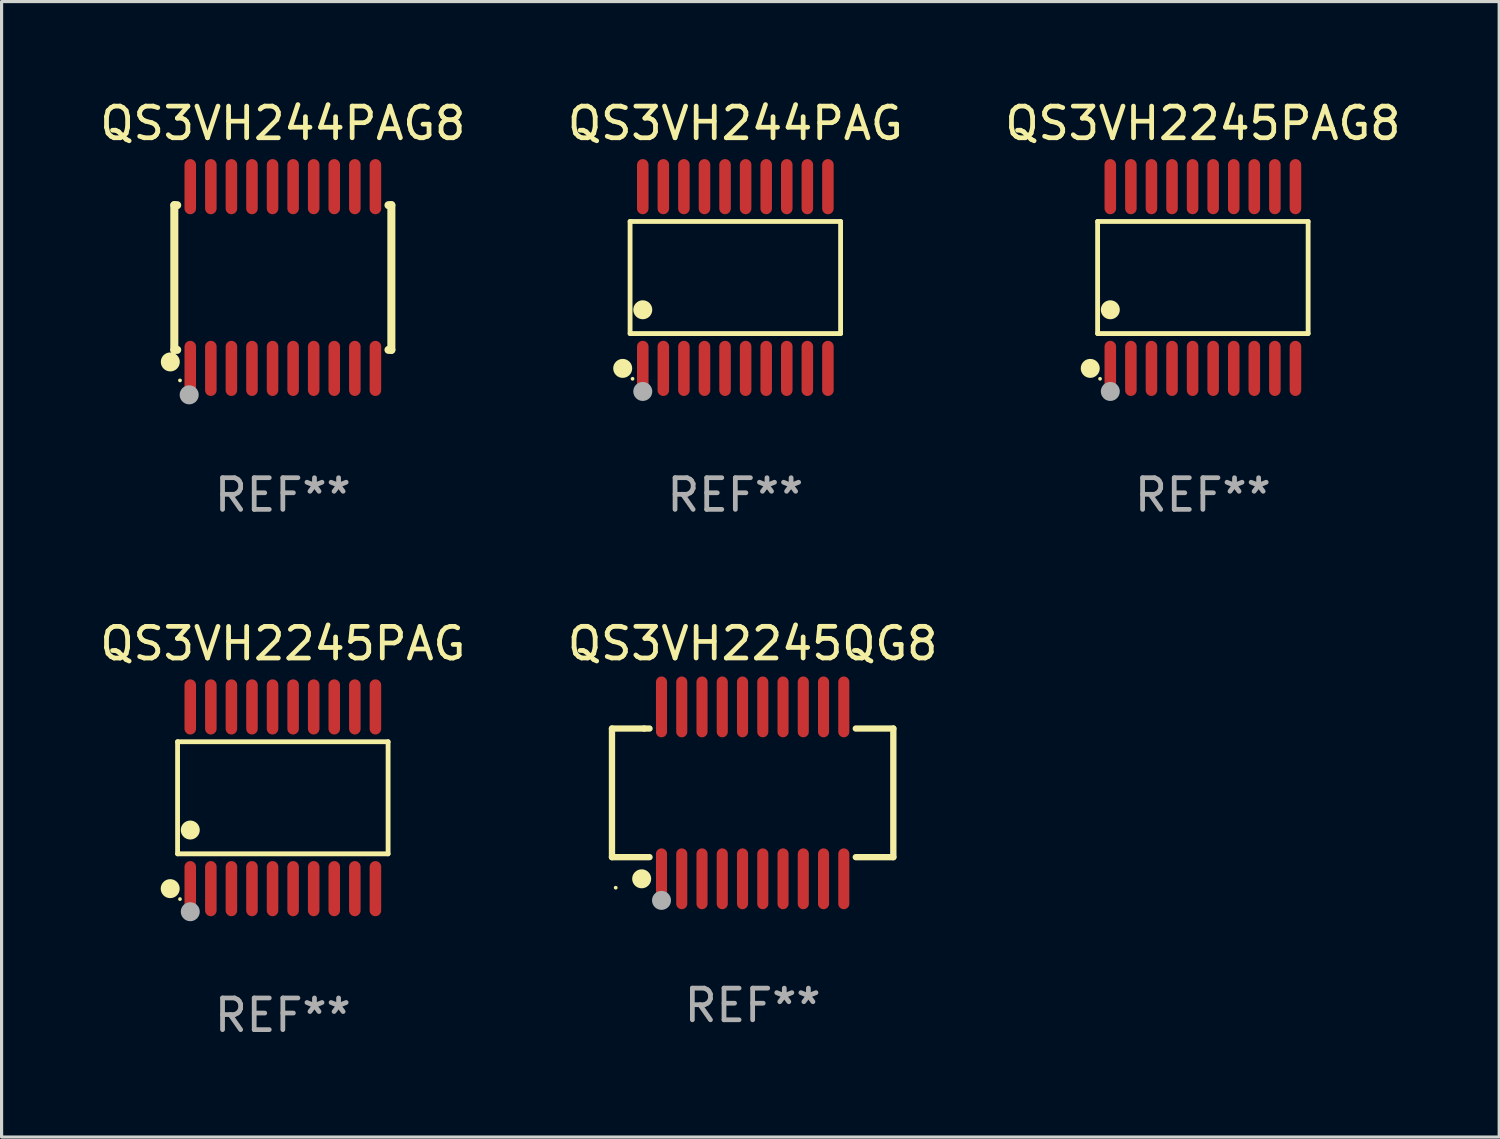
<source format=kicad_pcb>
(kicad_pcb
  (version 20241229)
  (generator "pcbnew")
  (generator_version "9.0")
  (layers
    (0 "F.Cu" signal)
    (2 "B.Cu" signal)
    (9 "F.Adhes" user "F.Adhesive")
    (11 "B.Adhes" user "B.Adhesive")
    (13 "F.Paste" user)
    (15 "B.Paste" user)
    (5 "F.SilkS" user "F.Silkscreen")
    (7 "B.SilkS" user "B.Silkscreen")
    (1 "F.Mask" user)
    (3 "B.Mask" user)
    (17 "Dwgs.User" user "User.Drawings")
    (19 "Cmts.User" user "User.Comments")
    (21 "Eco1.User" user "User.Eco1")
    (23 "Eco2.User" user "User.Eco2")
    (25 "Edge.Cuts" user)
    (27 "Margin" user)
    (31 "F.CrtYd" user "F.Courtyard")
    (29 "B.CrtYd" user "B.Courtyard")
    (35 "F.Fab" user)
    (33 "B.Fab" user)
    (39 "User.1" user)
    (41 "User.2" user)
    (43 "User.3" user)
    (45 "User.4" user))
  (footprint "QS3VH2245QG8"
    (layer "F.Cu")
    (at 20.732 22.002)
    (property "Reference" "QS3VH2245QG8" (at 0 -4.716 0) (layer "F.SilkS") (effects (font (size 1 1) (thickness 0.15))))
    (attr through_hole)
    (fp_line (start -4.445 -2.032) (end -4.445 2.032) (stroke (width 0.2) (type solid)) (layer "F.SilkS"))
    (fp_line (start -4.445 2.032) (end -3.259 2.032) (stroke (width 0.2) (type solid)) (layer "F.SilkS"))
    (fp_line (start -3.429 -2.032) (end -4.445 -2.032) (stroke (width 0.2) (type solid)) (layer "F.SilkS"))
    (fp_line (start -3.259 -2.032) (end -3.429 -2.032) (stroke (width 0.2) (type solid)) (layer "F.SilkS"))
    (fp_line (start 3.259 2.032) (end 4.445 2.032) (stroke (width 0.2) (type solid)) (layer "F.SilkS"))
    (fp_line (start 4.445 -2.032) (end 3.259 -2.032) (stroke (width 0.2) (type solid)) (layer "F.SilkS"))
    (fp_line (start 4.445 2.032) (end 4.445 -2.032) (stroke (width 0.2) (type solid)) (layer "F.SilkS"))
    (fp_circle (center -4.327 2.997) (end -4.297 2.997) (stroke (width 0.06) (type solid)) (fill no) (layer "F.SilkS"))
    (fp_circle (center -3.507 2.716) (end -3.357 2.716) (stroke (width 0.3) (type solid)) (fill no) (layer "F.SilkS"))
    (fp_circle (center -2.88 3.398) (end -2.73 3.398) (stroke (width 0.3) (type solid)) (fill no) (layer "F.Fab"))
    (fp_text user "REF**" (at 0 6.716 0) (layer "F.Fab") (effects (font (size 1 1) (thickness 0.15))))
    (pad "1" smd oval (at -2.88 2.716) (size 0.35 1.922) (layers "F.Cu" "F.Mask" "F.Paste"))
    (pad "2" smd oval (at -2.24 2.716) (size 0.35 1.922) (layers "F.Cu" "F.Mask" "F.Paste"))
    (pad "3" smd oval (at -1.6 2.716) (size 0.35 1.922) (layers "F.Cu" "F.Mask" "F.Paste"))
    (pad "4" smd oval (at -0.96 2.716) (size 0.35 1.922) (layers "F.Cu" "F.Mask" "F.Paste"))
    (pad "5" smd oval (at -0.32 2.716) (size 0.35 1.922) (layers "F.Cu" "F.Mask" "F.Paste"))
    (pad "6" smd oval (at 0.32 2.716) (size 0.35 1.922) (layers "F.Cu" "F.Mask" "F.Paste"))
    (pad "7" smd oval (at 0.96 2.716) (size 0.35 1.922) (layers "F.Cu" "F.Mask" "F.Paste"))
    (pad "8" smd oval (at 1.6 2.716) (size 0.35 1.922) (layers "F.Cu" "F.Mask" "F.Paste"))
    (pad "9" smd oval (at 2.24 2.716) (size 0.35 1.922) (layers "F.Cu" "F.Mask" "F.Paste"))
    (pad "10" smd oval (at 2.88 2.716) (size 0.35 1.922) (layers "F.Cu" "F.Mask" "F.Paste"))
    (pad "11" smd oval (at 2.88 -2.716) (size 0.35 1.922) (layers "F.Cu" "F.Mask" "F.Paste"))
    (pad "12" smd oval (at 2.24 -2.716) (size 0.35 1.922) (layers "F.Cu" "F.Mask" "F.Paste"))
    (pad "13" smd oval (at 1.6 -2.716) (size 0.35 1.922) (layers "F.Cu" "F.Mask" "F.Paste"))
    (pad "14" smd oval (at 0.96 -2.716) (size 0.35 1.922) (layers "F.Cu" "F.Mask" "F.Paste"))
    (pad "15" smd oval (at 0.32 -2.716) (size 0.35 1.922) (layers "F.Cu" "F.Mask" "F.Paste"))
    (pad "16" smd oval (at -0.32 -2.716) (size 0.35 1.922) (layers "F.Cu" "F.Mask" "F.Paste"))
    (pad "17" smd oval (at -0.96 -2.716) (size 0.35 1.922) (layers "F.Cu" "F.Mask" "F.Paste"))
    (pad "18" smd oval (at -1.6 -2.716) (size 0.35 1.922) (layers "F.Cu" "F.Mask" "F.Paste"))
    (pad "19" smd oval (at -2.24 -2.716) (size 0.35 1.922) (layers "F.Cu" "F.Mask" "F.Paste"))
    (pad "20" smd oval (at -2.88 -2.716) (size 0.35 1.922) (layers "F.Cu" "F.Mask" "F.Paste")))
  (footprint "QS3VH244PAG8"
    (layer "F.Cu")
    (at 5.887 5.719)
    (property "Reference" "QS3VH244PAG8" (at 0 -4.871 0) (layer "F.SilkS") (effects (font (size 1 1) (thickness 0.15))))
    (attr through_hole)
    (fp_line (start -3.429 -2.286) (end -3.429 2.286) (stroke (width 0.254) (type solid)) (layer "F.SilkS"))
    (fp_line (start -3.429 2.286) (end -3.338 2.286) (stroke (width 0.254) (type solid)) (layer "F.SilkS"))
    (fp_line (start -3.338 -2.286) (end -3.429 -2.286) (stroke (width 0.254) (type solid)) (layer "F.SilkS"))
    (fp_line (start 3.338 -2.286) (end 3.429 -2.286) (stroke (width 0.254) (type solid)) (layer "F.SilkS"))
    (fp_line (start 3.429 -2.286) (end 3.429 2.286) (stroke (width 0.254) (type solid)) (layer "F.SilkS"))
    (fp_line (start 3.429 2.286) (end 3.338 2.286) (stroke (width 0.254) (type solid)) (layer "F.SilkS"))
    (fp_circle (center -3.556 2.667) (end -3.406 2.667) (stroke (width 0.3) (type solid)) (fill no) (layer "F.SilkS"))
    (fp_circle (center -3.25 3.25) (end -3.22 3.25) (stroke (width 0.06) (type solid)) (fill no) (layer "F.SilkS"))
    (fp_circle (center -2.959 3.707) (end -2.808 3.707) (stroke (width 0.3) (type solid)) (fill no) (layer "F.Fab"))
    (fp_text user "REF**" (at 0 6.871 0) (layer "F.Fab") (effects (font (size 1 1) (thickness 0.15))))
    (pad "1" smd oval (at -2.925 2.871) (size 0.364 1.742) (layers "F.Cu" "F.Mask" "F.Paste"))
    (pad "2" smd oval (at -2.275 2.871) (size 0.364 1.742) (layers "F.Cu" "F.Mask" "F.Paste"))
    (pad "3" smd oval (at -1.625 2.871) (size 0.364 1.742) (layers "F.Cu" "F.Mask" "F.Paste"))
    (pad "4" smd oval (at -0.975 2.871) (size 0.364 1.742) (layers "F.Cu" "F.Mask" "F.Paste"))
    (pad "5" smd oval (at -0.325 2.871) (size 0.364 1.742) (layers "F.Cu" "F.Mask" "F.Paste"))
    (pad "6" smd oval (at 0.325 2.871) (size 0.364 1.742) (layers "F.Cu" "F.Mask" "F.Paste"))
    (pad "7" smd oval (at 0.975 2.871) (size 0.364 1.742) (layers "F.Cu" "F.Mask" "F.Paste"))
    (pad "8" smd oval (at 1.625 2.871) (size 0.364 1.742) (layers "F.Cu" "F.Mask" "F.Paste"))
    (pad "9" smd oval (at 2.275 2.871) (size 0.364 1.742) (layers "F.Cu" "F.Mask" "F.Paste"))
    (pad "10" smd oval (at 2.925 2.871) (size 0.364 1.742) (layers "F.Cu" "F.Mask" "F.Paste"))
    (pad "11" smd oval (at 2.925 -2.871) (size 0.364 1.742) (layers "F.Cu" "F.Mask" "F.Paste"))
    (pad "12" smd oval (at 2.275 -2.871) (size 0.364 1.742) (layers "F.Cu" "F.Mask" "F.Paste"))
    (pad "13" smd oval (at 1.625 -2.871) (size 0.364 1.742) (layers "F.Cu" "F.Mask" "F.Paste"))
    (pad "14" smd oval (at 0.975 -2.871) (size 0.364 1.742) (layers "F.Cu" "F.Mask" "F.Paste"))
    (pad "15" smd oval (at 0.325 -2.871) (size 0.364 1.742) (layers "F.Cu" "F.Mask" "F.Paste"))
    (pad "16" smd oval (at -0.325 -2.871) (size 0.364 1.742) (layers "F.Cu" "F.Mask" "F.Paste"))
    (pad "17" smd oval (at -0.975 -2.871) (size 0.364 1.742) (layers "F.Cu" "F.Mask" "F.Paste"))
    (pad "18" smd oval (at -1.625 -2.871) (size 0.364 1.742) (layers "F.Cu" "F.Mask" "F.Paste"))
    (pad "19" smd oval (at -2.275 -2.871) (size 0.364 1.742) (layers "F.Cu" "F.Mask" "F.Paste"))
    (pad "20" smd oval (at -2.925 -2.871) (size 0.364 1.742) (layers "F.Cu" "F.Mask" "F.Paste")))
  (footprint "QS3VH244PAG"
    (layer "F.Cu")
    (at 20.185 5.719)
    (property "Reference" "QS3VH244PAG" (at 0 -4.871 0) (layer "F.SilkS") (effects (font (size 1 1) (thickness 0.15))))
    (attr through_hole)
    (fp_line (start -3.326 -1.771) (end 3.326 -1.771) (stroke (width 0.152) (type solid)) (layer "F.SilkS"))
    (fp_line (start -3.326 1.771) (end -3.326 -1.771) (stroke (width 0.152) (type solid)) (layer "F.SilkS"))
    (fp_line (start 3.326 -1.771) (end 3.326 1.771) (stroke (width 0.152) (type solid)) (layer "F.SilkS"))
    (fp_line (start 3.326 1.771) (end -3.326 1.771) (stroke (width 0.152) (type solid)) (layer "F.SilkS"))
    (fp_circle (center -3.559 2.871) (end -3.409 2.871) (stroke (width 0.3) (type solid)) (fill no) (layer "F.SilkS"))
    (fp_circle (center -3.25 3.2) (end -3.22 3.2) (stroke (width 0.06) (type solid)) (fill no) (layer "F.SilkS"))
    (fp_circle (center -2.925 1.019) (end -2.775 1.019) (stroke (width 0.3) (type solid)) (fill no) (layer "F.SilkS"))
    (fp_circle (center -2.925 3.6) (end -2.775 3.6) (stroke (width 0.3) (type solid)) (fill no) (layer "F.Fab"))
    (fp_text user "REF**" (at 0 6.871 0) (layer "F.Fab") (effects (font (size 1 1) (thickness 0.15))))
    (pad "1" smd oval (at -2.925 2.871) (size 0.364 1.742) (layers "F.Cu" "F.Mask" "F.Paste"))
    (pad "2" smd oval (at -2.275 2.871) (size 0.364 1.742) (layers "F.Cu" "F.Mask" "F.Paste"))
    (pad "3" smd oval (at -1.625 2.871) (size 0.364 1.742) (layers "F.Cu" "F.Mask" "F.Paste"))
    (pad "4" smd oval (at -0.975 2.871) (size 0.364 1.742) (layers "F.Cu" "F.Mask" "F.Paste"))
    (pad "5" smd oval (at -0.325 2.871) (size 0.364 1.742) (layers "F.Cu" "F.Mask" "F.Paste"))
    (pad "6" smd oval (at 0.325 2.871) (size 0.364 1.742) (layers "F.Cu" "F.Mask" "F.Paste"))
    (pad "7" smd oval (at 0.975 2.871) (size 0.364 1.742) (layers "F.Cu" "F.Mask" "F.Paste"))
    (pad "8" smd oval (at 1.625 2.871) (size 0.364 1.742) (layers "F.Cu" "F.Mask" "F.Paste"))
    (pad "9" smd oval (at 2.275 2.871) (size 0.364 1.742) (layers "F.Cu" "F.Mask" "F.Paste"))
    (pad "10" smd oval (at 2.925 2.871) (size 0.364 1.742) (layers "F.Cu" "F.Mask" "F.Paste"))
    (pad "11" smd oval (at 2.925 -2.871) (size 0.364 1.742) (layers "F.Cu" "F.Mask" "F.Paste"))
    (pad "12" smd oval (at 2.275 -2.871) (size 0.364 1.742) (layers "F.Cu" "F.Mask" "F.Paste"))
    (pad "13" smd oval (at 1.625 -2.871) (size 0.364 1.742) (layers "F.Cu" "F.Mask" "F.Paste"))
    (pad "14" smd oval (at 0.975 -2.871) (size 0.364 1.742) (layers "F.Cu" "F.Mask" "F.Paste"))
    (pad "15" smd oval (at 0.325 -2.871) (size 0.364 1.742) (layers "F.Cu" "F.Mask" "F.Paste"))
    (pad "16" smd oval (at -0.325 -2.871) (size 0.364 1.742) (layers "F.Cu" "F.Mask" "F.Paste"))
    (pad "17" smd oval (at -0.975 -2.871) (size 0.364 1.742) (layers "F.Cu" "F.Mask" "F.Paste"))
    (pad "18" smd oval (at -1.625 -2.871) (size 0.364 1.742) (layers "F.Cu" "F.Mask" "F.Paste"))
    (pad "19" smd oval (at -2.275 -2.871) (size 0.364 1.742) (layers "F.Cu" "F.Mask" "F.Paste"))
    (pad "20" smd oval (at -2.925 -2.871) (size 0.364 1.742) (layers "F.Cu" "F.Mask" "F.Paste")))
  (footprint "QS3VH2245PAG"
    (layer "F.Cu")
    (at 5.887 22.158)
    (property "Reference" "QS3VH2245PAG" (at 0 -4.871 0) (layer "F.SilkS") (effects (font (size 1 1) (thickness 0.15))))
    (attr through_hole)
    (fp_line (start -3.326 -1.771) (end 3.326 -1.771) (stroke (width 0.152) (type solid)) (layer "F.SilkS"))
    (fp_line (start -3.326 1.771) (end -3.326 -1.771) (stroke (width 0.152) (type solid)) (layer "F.SilkS"))
    (fp_line (start 3.326 -1.771) (end 3.326 1.771) (stroke (width 0.152) (type solid)) (layer "F.SilkS"))
    (fp_line (start 3.326 1.771) (end -3.326 1.771) (stroke (width 0.152) (type solid)) (layer "F.SilkS"))
    (fp_circle (center -3.559 2.871) (end -3.409 2.871) (stroke (width 0.3) (type solid)) (fill no) (layer "F.SilkS"))
    (fp_circle (center -3.25 3.2) (end -3.22 3.2) (stroke (width 0.06) (type solid)) (fill no) (layer "F.SilkS"))
    (fp_circle (center -2.925 1.019) (end -2.775 1.019) (stroke (width 0.3) (type solid)) (fill no) (layer "F.SilkS"))
    (fp_circle (center -2.925 3.6) (end -2.775 3.6) (stroke (width 0.3) (type solid)) (fill no) (layer "F.Fab"))
    (fp_text user "REF**" (at 0 6.871 0) (layer "F.Fab") (effects (font (size 1 1) (thickness 0.15))))
    (pad "1" smd oval (at -2.925 2.871) (size 0.364 1.742) (layers "F.Cu" "F.Mask" "F.Paste"))
    (pad "2" smd oval (at -2.275 2.871) (size 0.364 1.742) (layers "F.Cu" "F.Mask" "F.Paste"))
    (pad "3" smd oval (at -1.625 2.871) (size 0.364 1.742) (layers "F.Cu" "F.Mask" "F.Paste"))
    (pad "4" smd oval (at -0.975 2.871) (size 0.364 1.742) (layers "F.Cu" "F.Mask" "F.Paste"))
    (pad "5" smd oval (at -0.325 2.871) (size 0.364 1.742) (layers "F.Cu" "F.Mask" "F.Paste"))
    (pad "6" smd oval (at 0.325 2.871) (size 0.364 1.742) (layers "F.Cu" "F.Mask" "F.Paste"))
    (pad "7" smd oval (at 0.975 2.871) (size 0.364 1.742) (layers "F.Cu" "F.Mask" "F.Paste"))
    (pad "8" smd oval (at 1.625 2.871) (size 0.364 1.742) (layers "F.Cu" "F.Mask" "F.Paste"))
    (pad "9" smd oval (at 2.275 2.871) (size 0.364 1.742) (layers "F.Cu" "F.Mask" "F.Paste"))
    (pad "10" smd oval (at 2.925 2.871) (size 0.364 1.742) (layers "F.Cu" "F.Mask" "F.Paste"))
    (pad "11" smd oval (at 2.925 -2.871) (size 0.364 1.742) (layers "F.Cu" "F.Mask" "F.Paste"))
    (pad "12" smd oval (at 2.275 -2.871) (size 0.364 1.742) (layers "F.Cu" "F.Mask" "F.Paste"))
    (pad "13" smd oval (at 1.625 -2.871) (size 0.364 1.742) (layers "F.Cu" "F.Mask" "F.Paste"))
    (pad "14" smd oval (at 0.975 -2.871) (size 0.364 1.742) (layers "F.Cu" "F.Mask" "F.Paste"))
    (pad "15" smd oval (at 0.325 -2.871) (size 0.364 1.742) (layers "F.Cu" "F.Mask" "F.Paste"))
    (pad "16" smd oval (at -0.325 -2.871) (size 0.364 1.742) (layers "F.Cu" "F.Mask" "F.Paste"))
    (pad "17" smd oval (at -0.975 -2.871) (size 0.364 1.742) (layers "F.Cu" "F.Mask" "F.Paste"))
    (pad "18" smd oval (at -1.625 -2.871) (size 0.364 1.742) (layers "F.Cu" "F.Mask" "F.Paste"))
    (pad "19" smd oval (at -2.275 -2.871) (size 0.364 1.742) (layers "F.Cu" "F.Mask" "F.Paste"))
    (pad "20" smd oval (at -2.925 -2.871) (size 0.364 1.742) (layers "F.Cu" "F.Mask" "F.Paste")))
  (footprint "QS3VH2245PAG8"
    (layer "F.Cu")
    (at 34.958 5.719)
    (property "Reference" "QS3VH2245PAG8" (at 0 -4.871 0) (layer "F.SilkS") (effects (font (size 1 1) (thickness 0.15))))
    (attr through_hole)
    (fp_line (start -3.326 -1.771) (end 3.326 -1.771) (stroke (width 0.152) (type solid)) (layer "F.SilkS"))
    (fp_line (start -3.326 1.771) (end -3.326 -1.771) (stroke (width 0.152) (type solid)) (layer "F.SilkS"))
    (fp_line (start 3.326 -1.771) (end 3.326 1.771) (stroke (width 0.152) (type solid)) (layer "F.SilkS"))
    (fp_line (start 3.326 1.771) (end -3.326 1.771) (stroke (width 0.152) (type solid)) (layer "F.SilkS"))
    (fp_circle (center -3.559 2.871) (end -3.409 2.871) (stroke (width 0.3) (type solid)) (fill no) (layer "F.SilkS"))
    (fp_circle (center -3.25 3.2) (end -3.22 3.2) (stroke (width 0.06) (type solid)) (fill no) (layer "F.SilkS"))
    (fp_circle (center -2.925 1.019) (end -2.775 1.019) (stroke (width 0.3) (type solid)) (fill no) (layer "F.SilkS"))
    (fp_circle (center -2.925 3.6) (end -2.775 3.6) (stroke (width 0.3) (type solid)) (fill no) (layer "F.Fab"))
    (fp_text user "REF**" (at 0 6.871 0) (layer "F.Fab") (effects (font (size 1 1) (thickness 0.15))))
    (pad "1" smd oval (at -2.925 2.871) (size 0.364 1.742) (layers "F.Cu" "F.Mask" "F.Paste"))
    (pad "2" smd oval (at -2.275 2.871) (size 0.364 1.742) (layers "F.Cu" "F.Mask" "F.Paste"))
    (pad "3" smd oval (at -1.625 2.871) (size 0.364 1.742) (layers "F.Cu" "F.Mask" "F.Paste"))
    (pad "4" smd oval (at -0.975 2.871) (size 0.364 1.742) (layers "F.Cu" "F.Mask" "F.Paste"))
    (pad "5" smd oval (at -0.325 2.871) (size 0.364 1.742) (layers "F.Cu" "F.Mask" "F.Paste"))
    (pad "6" smd oval (at 0.325 2.871) (size 0.364 1.742) (layers "F.Cu" "F.Mask" "F.Paste"))
    (pad "7" smd oval (at 0.975 2.871) (size 0.364 1.742) (layers "F.Cu" "F.Mask" "F.Paste"))
    (pad "8" smd oval (at 1.625 2.871) (size 0.364 1.742) (layers "F.Cu" "F.Mask" "F.Paste"))
    (pad "9" smd oval (at 2.275 2.871) (size 0.364 1.742) (layers "F.Cu" "F.Mask" "F.Paste"))
    (pad "10" smd oval (at 2.925 2.871) (size 0.364 1.742) (layers "F.Cu" "F.Mask" "F.Paste"))
    (pad "11" smd oval (at 2.925 -2.871) (size 0.364 1.742) (layers "F.Cu" "F.Mask" "F.Paste"))
    (pad "12" smd oval (at 2.275 -2.871) (size 0.364 1.742) (layers "F.Cu" "F.Mask" "F.Paste"))
    (pad "13" smd oval (at 1.625 -2.871) (size 0.364 1.742) (layers "F.Cu" "F.Mask" "F.Paste"))
    (pad "14" smd oval (at 0.975 -2.871) (size 0.364 1.742) (layers "F.Cu" "F.Mask" "F.Paste"))
    (pad "15" smd oval (at 0.325 -2.871) (size 0.364 1.742) (layers "F.Cu" "F.Mask" "F.Paste"))
    (pad "16" smd oval (at -0.325 -2.871) (size 0.364 1.742) (layers "F.Cu" "F.Mask" "F.Paste"))
    (pad "17" smd oval (at -0.975 -2.871) (size 0.364 1.742) (layers "F.Cu" "F.Mask" "F.Paste"))
    (pad "18" smd oval (at -1.625 -2.871) (size 0.364 1.742) (layers "F.Cu" "F.Mask" "F.Paste"))
    (pad "19" smd oval (at -2.275 -2.871) (size 0.364 1.742) (layers "F.Cu" "F.Mask" "F.Paste"))
    (pad "20" smd oval (at -2.925 -2.871) (size 0.364 1.742) (layers "F.Cu" "F.Mask" "F.Paste")))
  (gr_rect
    (start -3 -3)
    (end 44.321 32.877)
    (stroke (width 0.1) (type default))
    (fill no)
    (layer "Edge.Cuts")))
</source>
